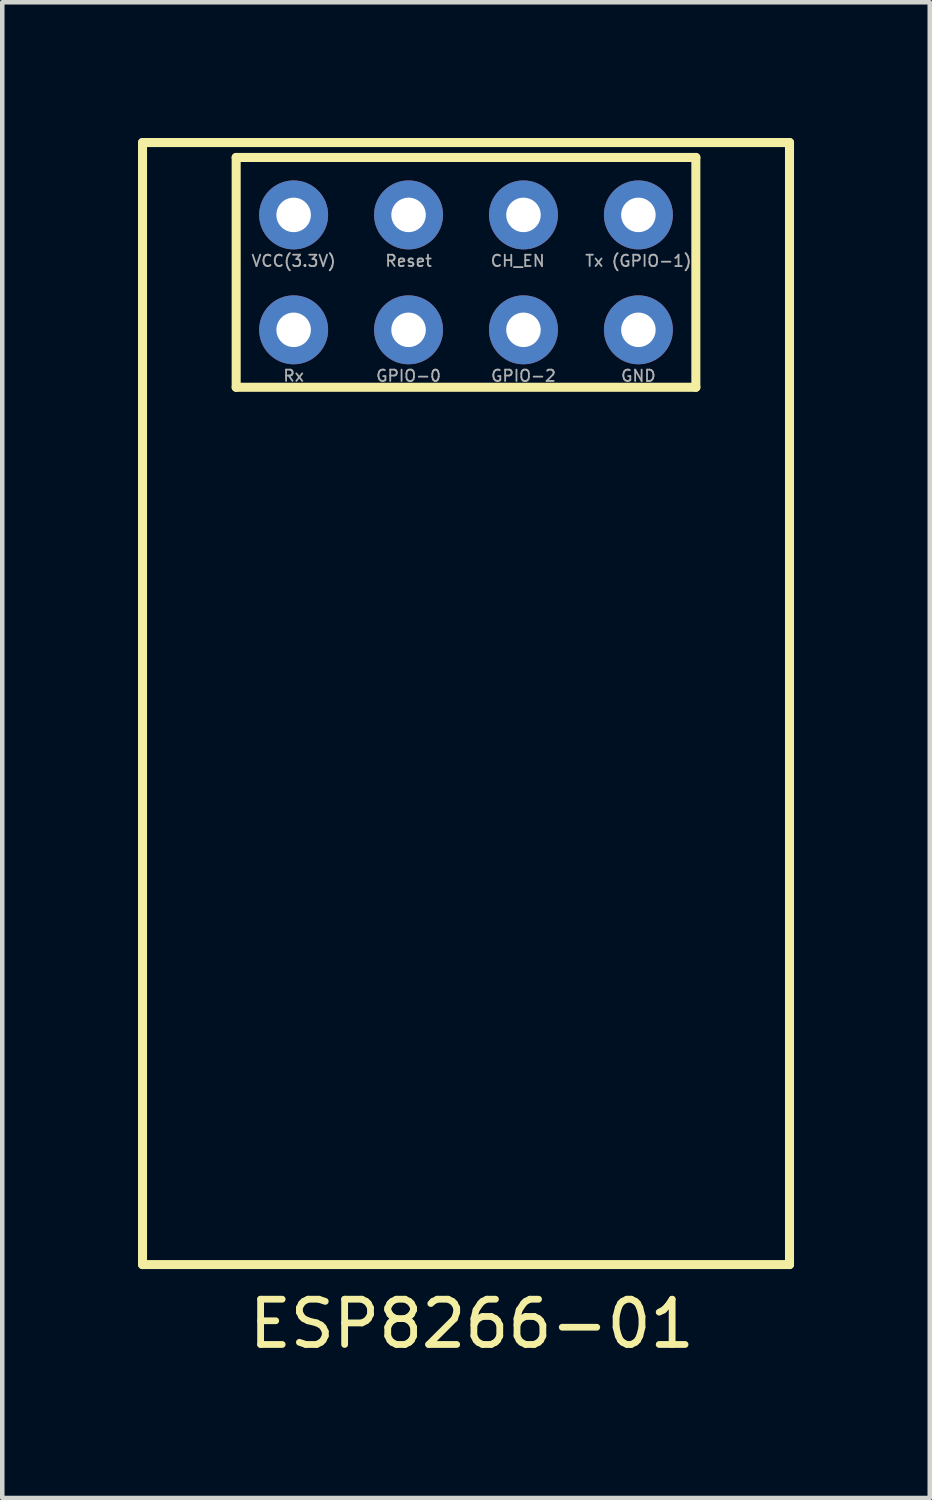
<source format=kicad_pcb>
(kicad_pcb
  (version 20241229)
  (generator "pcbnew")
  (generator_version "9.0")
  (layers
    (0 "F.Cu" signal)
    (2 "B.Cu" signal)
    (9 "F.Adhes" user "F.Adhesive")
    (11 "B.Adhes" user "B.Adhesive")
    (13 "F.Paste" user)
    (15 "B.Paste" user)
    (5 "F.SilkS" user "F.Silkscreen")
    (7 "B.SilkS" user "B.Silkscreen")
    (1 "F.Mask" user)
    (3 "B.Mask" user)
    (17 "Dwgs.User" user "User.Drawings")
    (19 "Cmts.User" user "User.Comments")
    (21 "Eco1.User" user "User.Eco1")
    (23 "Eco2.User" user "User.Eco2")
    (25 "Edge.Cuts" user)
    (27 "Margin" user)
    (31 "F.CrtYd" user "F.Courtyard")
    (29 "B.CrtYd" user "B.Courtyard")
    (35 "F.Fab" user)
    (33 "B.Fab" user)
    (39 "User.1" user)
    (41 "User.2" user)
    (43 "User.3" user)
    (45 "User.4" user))
  (footprint "ESP8266-01"
    (layer "F.Cu")
    (at 3.44 1.7)
    (property "Reference" "ESP8266-01" (at 3.937 24.511 0) (layer "F.SilkS") (effects (font (size 1 1) (thickness 0.15))))
    (attr through_hole)
    (fp_line (start -3.34 -1.6) (end -3.34 23.2) (stroke (width 0.2) (type solid)) (layer "F.SilkS"))
    (fp_line (start -3.34 -1.6) (end 10.96 -1.6) (stroke (width 0.2) (type solid)) (layer "F.SilkS"))
    (fp_line (start -3.34 23.2) (end 10.96 23.2) (stroke (width 0.2) (type solid)) (layer "F.SilkS"))
    (fp_line (start -1.27 -1.27) (end -1.27 3.81) (stroke (width 0.2) (type solid)) (layer "F.SilkS"))
    (fp_line (start -1.27 -1.27) (end 8.89 -1.27) (stroke (width 0.2) (type solid)) (layer "F.SilkS"))
    (fp_line (start -1.27 3.81) (end 8.89 3.81) (stroke (width 0.2) (type solid)) (layer "F.SilkS"))
    (fp_line (start 8.89 3.81) (end 8.89 -1.27) (stroke (width 0.2) (type solid)) (layer "F.SilkS"))
    (fp_line (start 10.96 -1.6) (end 10.96 23.2) (stroke (width 0.2) (type solid)) (layer "F.SilkS"))
    (fp_text user "VCC(3.3V)" (at 0 1.016 0) (layer "F.Fab") (effects (font (size 0.25 0.25) (thickness 0.04))))
    (fp_text user "CH_EN" (at 4.953 1.016 0) (layer "F.Fab") (effects (font (size 0.25 0.25) (thickness 0.04))))
    (fp_text user "GPIO-0" (at 2.54 3.556 0) (layer "F.Fab") (effects (font (size 0.25 0.25) (thickness 0.04))))
    (fp_text user "GND" (at 7.62 3.556 0) (layer "F.Fab") (effects (font (size 0.25 0.25) (thickness 0.04))))
    (fp_text user "GPIO-2" (at 5.08 3.556 0) (layer "F.Fab") (effects (font (size 0.25 0.25) (thickness 0.04))))
    (fp_text user "Rx" (at 0 3.556 0) (layer "F.Fab") (effects (font (size 0.25 0.25) (thickness 0.04))))
    (fp_text user "Reset" (at 2.54 1.016 0) (layer "F.Fab") (effects (font (size 0.25 0.25) (thickness 0.04))))
    (fp_text user "Tx (GPIO-1)" (at 7.62 1.016 0) (layer "F.Fab") (effects (font (size 0.25 0.25) (thickness 0.04))))
    (pad "1" thru_hole circle (at 0 0) (size 1.524 1.524) (drill 0.762) (layers "*.Cu" "*.Mask"))
    (pad "2" thru_hole circle (at 2.54 0) (size 1.524 1.524) (drill 0.762) (layers "*.Cu" "*.Mask"))
    (pad "3" thru_hole circle (at 5.08 0) (size 1.524 1.524) (drill 0.762) (layers "*.Cu" "*.Mask"))
    (pad "4" thru_hole circle (at 7.62 0) (size 1.524 1.524) (drill 0.762) (layers "*.Cu" "*.Mask"))
    (pad "5" thru_hole circle (at 0 2.54) (size 1.524 1.524) (drill 0.762) (layers "*.Cu" "*.Mask"))
    (pad "6" thru_hole circle (at 2.54 2.54) (size 1.524 1.524) (drill 0.762) (layers "*.Cu" "*.Mask"))
    (pad "7" thru_hole circle (at 5.08 2.54) (size 1.524 1.524) (drill 0.762) (layers "*.Cu" "*.Mask"))
    (pad "8" thru_hole circle (at 7.62 2.54) (size 1.524 1.524) (drill 0.762) (layers "*.Cu" "*.Mask")))
  (gr_rect
    (start -3 -3)
    (end 17.5 30.059)
    (stroke (width 0.1) (type default))
    (fill no)
    (layer "Edge.Cuts")))
</source>
